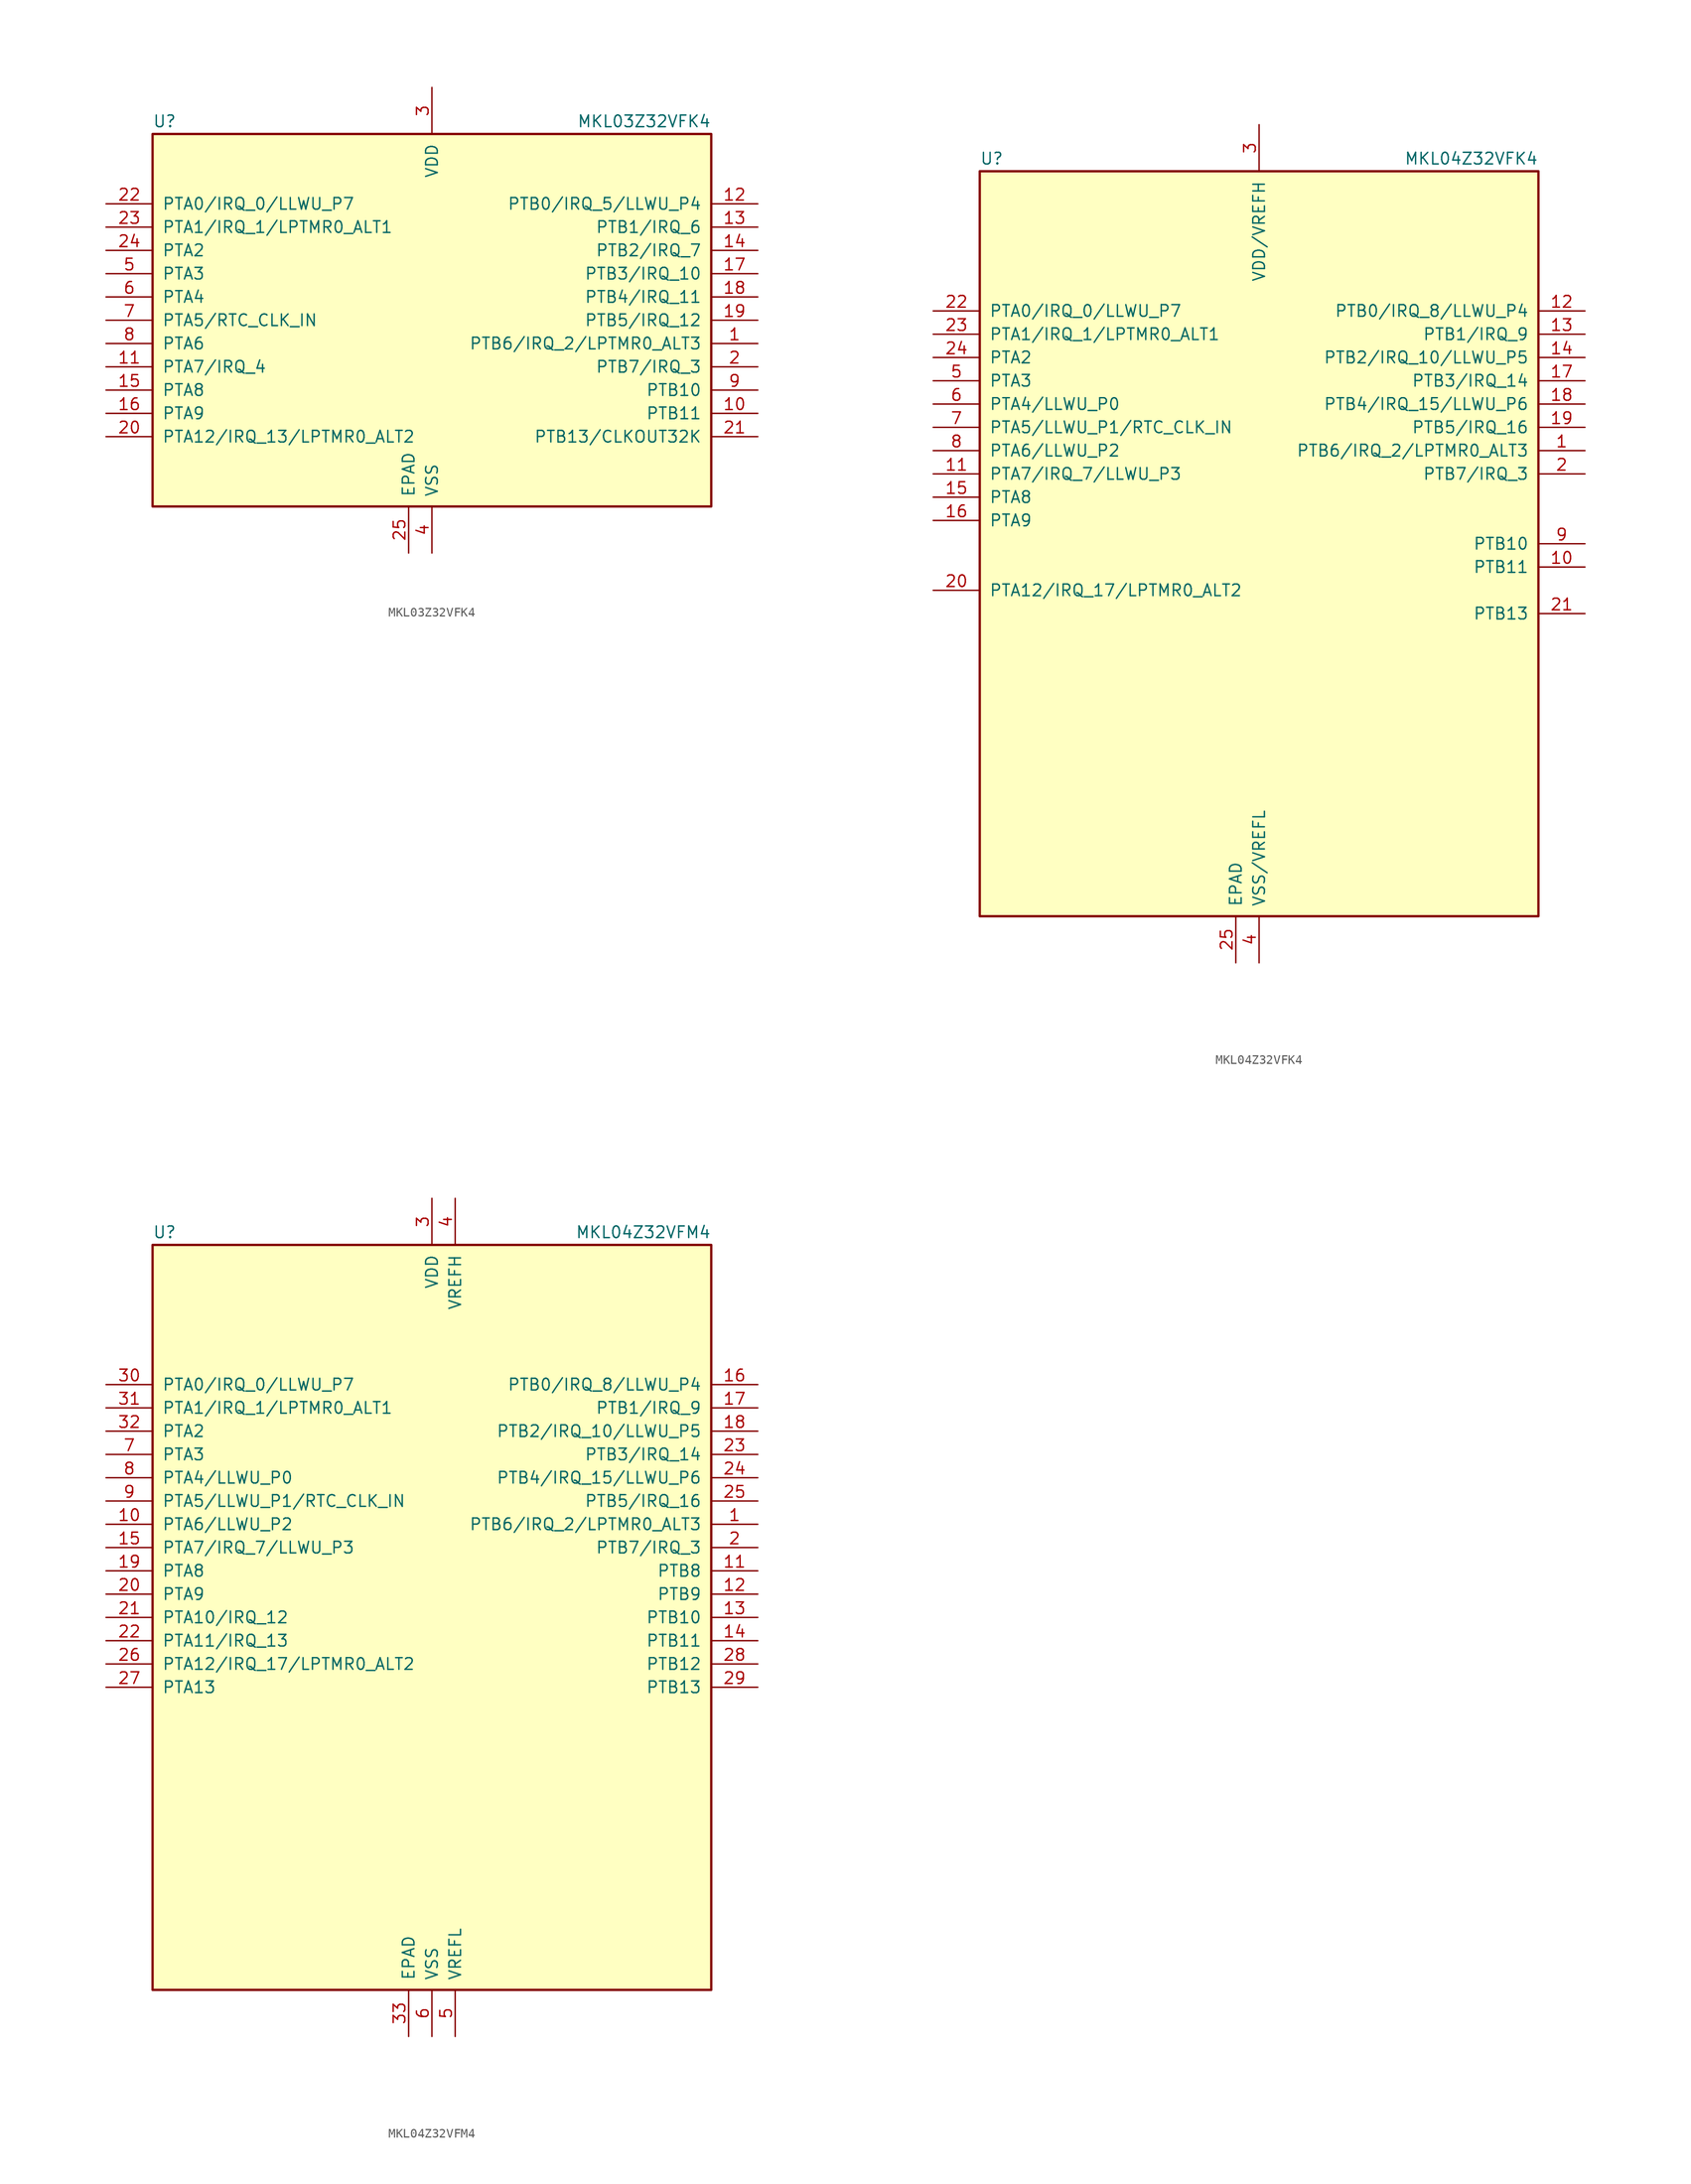
<source format=kicad_sym>
(kicad_symbol_lib
  (version 20231120)
  (generator "kicad_symbol_editor")
  (generator_version "8.0")
  (symbol "MKL03Z32VFK4"
    (pin_names
      (offset 1.016))
    (property "Reference" "U"
      (at -30.48 20.955 0)
      (effects (font (size 1.27 1.27)) (justify left bottom)))
    (property "Value" "MKL03Z32VFK4"
      (at 30.48 20.955 0)
      (effects (font (size 1.27 1.27)) (justify right bottom)))
    (symbol "MKL03Z32VFK4_0_1"
      (rectangle (start -30.48 20.32) (end 30.48 -20.32) (stroke (width 0.254) (type default)) (fill (type background))))
    (symbol "MKL03Z32VFK4_1_1"
      (pin bidirectional line (at 35.56 -2.54 180) (length 5.08) (name "PTB6/IRQ_2/LPTMR0_ALT3" (effects (font (size 1.27 1.27)))) (number "1" (effects (font (size 1.27 1.27)))))
      (pin bidirectional line (at 35.56 -10.16 180) (length 5.08) (name "PTB11" (effects (font (size 1.27 1.27)))) (number "10" (effects (font (size 1.27 1.27)))))
      (pin bidirectional line (at -35.56 -5.08 0) (length 5.08) (name "PTA7/IRQ_4" (effects (font (size 1.27 1.27)))) (number "11" (effects (font (size 1.27 1.27)))))
      (pin bidirectional line (at 35.56 12.7 180) (length 5.08) (name "PTB0/IRQ_5/LLWU_P4" (effects (font (size 1.27 1.27)))) (number "12" (effects (font (size 1.27 1.27)))))
      (pin bidirectional line (at 35.56 10.16 180) (length 5.08) (name "PTB1/IRQ_6" (effects (font (size 1.27 1.27)))) (number "13" (effects (font (size 1.27 1.27)))))
      (pin bidirectional line (at 35.56 7.62 180) (length 5.08) (name "PTB2/IRQ_7" (effects (font (size 1.27 1.27)))) (number "14" (effects (font (size 1.27 1.27)))))
      (pin bidirectional line (at -35.56 -7.62 0) (length 5.08) (name "PTA8" (effects (font (size 1.27 1.27)))) (number "15" (effects (font (size 1.27 1.27)))))
      (pin bidirectional line (at -35.56 -10.16 0) (length 5.08) (name "PTA9" (effects (font (size 1.27 1.27)))) (number "16" (effects (font (size 1.27 1.27)))))
      (pin bidirectional line (at 35.56 5.08 180) (length 5.08) (name "PTB3/IRQ_10" (effects (font (size 1.27 1.27)))) (number "17" (effects (font (size 1.27 1.27)))))
      (pin bidirectional line (at 35.56 2.54 180) (length 5.08) (name "PTB4/IRQ_11" (effects (font (size 1.27 1.27)))) (number "18" (effects (font (size 1.27 1.27)))))
      (pin bidirectional line (at 35.56 0 180) (length 5.08) (name "PTB5/IRQ_12" (effects (font (size 1.27 1.27)))) (number "19" (effects (font (size 1.27 1.27)))))
      (pin bidirectional line (at 35.56 -5.08 180) (length 5.08) (name "PTB7/IRQ_3" (effects (font (size 1.27 1.27)))) (number "2" (effects (font (size 1.27 1.27)))))
      (pin bidirectional line (at -35.56 -12.7 0) (length 5.08) (name "PTA12/IRQ_13/LPTMR0_ALT2" (effects (font (size 1.27 1.27)))) (number "20" (effects (font (size 1.27 1.27)))))
      (pin bidirectional line (at 35.56 -12.7 180) (length 5.08) (name "PTB13/CLKOUT32K" (effects (font (size 1.27 1.27)))) (number "21" (effects (font (size 1.27 1.27)))))
      (pin bidirectional line (at -35.56 12.7 0) (length 5.08) (name "PTA0/IRQ_0/LLWU_P7" (effects (font (size 1.27 1.27)))) (number "22" (effects (font (size 1.27 1.27)))))
      (pin bidirectional line (at -35.56 10.16 0) (length 5.08) (name "PTA1/IRQ_1/LPTMR0_ALT1" (effects (font (size 1.27 1.27)))) (number "23" (effects (font (size 1.27 1.27)))))
      (pin bidirectional line (at -35.56 7.62 0) (length 5.08) (name "PTA2" (effects (font (size 1.27 1.27)))) (number "24" (effects (font (size 1.27 1.27)))))
      (pin power_in line (at -2.54 -25.4 90) (length 5.08) (name "EPAD" (effects (font (size 1.27 1.27)))) (number "25" (effects (font (size 1.27 1.27)))))
      (pin power_in line (at 0 25.4 270) (length 5.08) (name "VDD" (effects (font (size 1.27 1.27)))) (number "3" (effects (font (size 1.27 1.27)))))
      (pin power_in line (at 0 -25.4 90) (length 5.08) (name "VSS" (effects (font (size 1.27 1.27)))) (number "4" (effects (font (size 1.27 1.27)))))
      (pin bidirectional line (at -35.56 5.08 0) (length 5.08) (name "PTA3" (effects (font (size 1.27 1.27)))) (number "5" (effects (font (size 1.27 1.27)))))
      (pin bidirectional line (at -35.56 2.54 0) (length 5.08) (name "PTA4" (effects (font (size 1.27 1.27)))) (number "6" (effects (font (size 1.27 1.27)))))
      (pin bidirectional line (at -35.56 0 0) (length 5.08) (name "PTA5/RTC_CLK_IN" (effects (font (size 1.27 1.27)))) (number "7" (effects (font (size 1.27 1.27)))))
      (pin bidirectional line (at -35.56 -2.54 0) (length 5.08) (name "PTA6" (effects (font (size 1.27 1.27)))) (number "8" (effects (font (size 1.27 1.27)))))
      (pin bidirectional line (at 35.56 -7.62 180) (length 5.08) (name "PTB10" (effects (font (size 1.27 1.27)))) (number "9" (effects (font (size 1.27 1.27)))))))
  (symbol "MKL04Z32VFK4"
    (pin_names
      (offset 1.016))
    (property "Reference" "U"
      (at -30.48 41.275 0)
      (effects (font (size 1.27 1.27)) (justify left bottom)))
    (property "Value" "MKL04Z32VFK4"
      (at 30.48 41.275 0)
      (effects (font (size 1.27 1.27)) (justify right bottom)))
    (symbol "MKL04Z32VFK4_0_1"
      (rectangle (start -30.48 40.64) (end 30.48 -40.64) (stroke (width 0.254) (type default)) (fill (type background))))
    (symbol "MKL04Z32VFK4_1_1"
      (pin bidirectional line (at 35.56 10.16 180) (length 5.08) (name "PTB6/IRQ_2/LPTMR0_ALT3" (effects (font (size 1.27 1.27)))) (number "1" (effects (font (size 1.27 1.27)))))
      (pin bidirectional line (at 35.56 -2.54 180) (length 5.08) (name "PTB11" (effects (font (size 1.27 1.27)))) (number "10" (effects (font (size 1.27 1.27)))))
      (pin bidirectional line (at -35.56 7.62 0) (length 5.08) (name "PTA7/IRQ_7/LLWU_P3" (effects (font (size 1.27 1.27)))) (number "11" (effects (font (size 1.27 1.27)))))
      (pin bidirectional line (at 35.56 25.4 180) (length 5.08) (name "PTB0/IRQ_8/LLWU_P4" (effects (font (size 1.27 1.27)))) (number "12" (effects (font (size 1.27 1.27)))))
      (pin bidirectional line (at 35.56 22.86 180) (length 5.08) (name "PTB1/IRQ_9" (effects (font (size 1.27 1.27)))) (number "13" (effects (font (size 1.27 1.27)))))
      (pin bidirectional line (at 35.56 20.32 180) (length 5.08) (name "PTB2/IRQ_10/LLWU_P5" (effects (font (size 1.27 1.27)))) (number "14" (effects (font (size 1.27 1.27)))))
      (pin bidirectional line (at -35.56 5.08 0) (length 5.08) (name "PTA8" (effects (font (size 1.27 1.27)))) (number "15" (effects (font (size 1.27 1.27)))))
      (pin bidirectional line (at -35.56 2.54 0) (length 5.08) (name "PTA9" (effects (font (size 1.27 1.27)))) (number "16" (effects (font (size 1.27 1.27)))))
      (pin bidirectional line (at 35.56 17.78 180) (length 5.08) (name "PTB3/IRQ_14" (effects (font (size 1.27 1.27)))) (number "17" (effects (font (size 1.27 1.27)))))
      (pin bidirectional line (at 35.56 15.24 180) (length 5.08) (name "PTB4/IRQ_15/LLWU_P6" (effects (font (size 1.27 1.27)))) (number "18" (effects (font (size 1.27 1.27)))))
      (pin bidirectional line (at 35.56 12.7 180) (length 5.08) (name "PTB5/IRQ_16" (effects (font (size 1.27 1.27)))) (number "19" (effects (font (size 1.27 1.27)))))
      (pin bidirectional line (at 35.56 7.62 180) (length 5.08) (name "PTB7/IRQ_3" (effects (font (size 1.27 1.27)))) (number "2" (effects (font (size 1.27 1.27)))))
      (pin bidirectional line (at -35.56 -5.08 0) (length 5.08) (name "PTA12/IRQ_17/LPTMR0_ALT2" (effects (font (size 1.27 1.27)))) (number "20" (effects (font (size 1.27 1.27)))))
      (pin bidirectional line (at 35.56 -7.62 180) (length 5.08) (name "PTB13" (effects (font (size 1.27 1.27)))) (number "21" (effects (font (size 1.27 1.27)))))
      (pin bidirectional line (at -35.56 25.4 0) (length 5.08) (name "PTA0/IRQ_0/LLWU_P7" (effects (font (size 1.27 1.27)))) (number "22" (effects (font (size 1.27 1.27)))))
      (pin bidirectional line (at -35.56 22.86 0) (length 5.08) (name "PTA1/IRQ_1/LPTMR0_ALT1" (effects (font (size 1.27 1.27)))) (number "23" (effects (font (size 1.27 1.27)))))
      (pin bidirectional line (at -35.56 20.32 0) (length 5.08) (name "PTA2" (effects (font (size 1.27 1.27)))) (number "24" (effects (font (size 1.27 1.27)))))
      (pin power_in line (at -2.54 -45.72 90) (length 5.08) (name "EPAD" (effects (font (size 1.27 1.27)))) (number "25" (effects (font (size 1.27 1.27)))))
      (pin power_in line (at 0 45.72 270) (length 5.08) (name "VDD/VREFH" (effects (font (size 1.27 1.27)))) (number "3" (effects (font (size 1.27 1.27)))))
      (pin power_in line (at 0 -45.72 90) (length 5.08) (name "VSS/VREFL" (effects (font (size 1.27 1.27)))) (number "4" (effects (font (size 1.27 1.27)))))
      (pin bidirectional line (at -35.56 17.78 0) (length 5.08) (name "PTA3" (effects (font (size 1.27 1.27)))) (number "5" (effects (font (size 1.27 1.27)))))
      (pin bidirectional line (at -35.56 15.24 0) (length 5.08) (name "PTA4/LLWU_P0" (effects (font (size 1.27 1.27)))) (number "6" (effects (font (size 1.27 1.27)))))
      (pin bidirectional line (at -35.56 12.7 0) (length 5.08) (name "PTA5/LLWU_P1/RTC_CLK_IN" (effects (font (size 1.27 1.27)))) (number "7" (effects (font (size 1.27 1.27)))))
      (pin bidirectional line (at -35.56 10.16 0) (length 5.08) (name "PTA6/LLWU_P2" (effects (font (size 1.27 1.27)))) (number "8" (effects (font (size 1.27 1.27)))))
      (pin bidirectional line (at 35.56 0 180) (length 5.08) (name "PTB10" (effects (font (size 1.27 1.27)))) (number "9" (effects (font (size 1.27 1.27)))))))
  (symbol "MKL04Z32VFM4"
    (pin_names
      (offset 1.016))
    (property "Reference" "U"
      (at -30.48 41.275 0)
      (effects (font (size 1.27 1.27)) (justify left bottom)))
    (property "Value" "MKL04Z32VFM4"
      (at 30.48 41.275 0)
      (effects (font (size 1.27 1.27)) (justify right bottom)))
    (symbol "MKL04Z32VFM4_0_1"
      (rectangle (start -30.48 40.64) (end 30.48 -40.64) (stroke (width 0.254) (type default)) (fill (type background))))
    (symbol "MKL04Z32VFM4_1_1"
      (pin bidirectional line (at 35.56 10.16 180) (length 5.08) (name "PTB6/IRQ_2/LPTMR0_ALT3" (effects (font (size 1.27 1.27)))) (number "1" (effects (font (size 1.27 1.27)))))
      (pin bidirectional line (at -35.56 10.16 0) (length 5.08) (name "PTA6/LLWU_P2" (effects (font (size 1.27 1.27)))) (number "10" (effects (font (size 1.27 1.27)))))
      (pin bidirectional line (at 35.56 5.08 180) (length 5.08) (name "PTB8" (effects (font (size 1.27 1.27)))) (number "11" (effects (font (size 1.27 1.27)))))
      (pin bidirectional line (at 35.56 2.54 180) (length 5.08) (name "PTB9" (effects (font (size 1.27 1.27)))) (number "12" (effects (font (size 1.27 1.27)))))
      (pin bidirectional line (at 35.56 0 180) (length 5.08) (name "PTB10" (effects (font (size 1.27 1.27)))) (number "13" (effects (font (size 1.27 1.27)))))
      (pin bidirectional line (at 35.56 -2.54 180) (length 5.08) (name "PTB11" (effects (font (size 1.27 1.27)))) (number "14" (effects (font (size 1.27 1.27)))))
      (pin bidirectional line (at -35.56 7.62 0) (length 5.08) (name "PTA7/IRQ_7/LLWU_P3" (effects (font (size 1.27 1.27)))) (number "15" (effects (font (size 1.27 1.27)))))
      (pin bidirectional line (at 35.56 25.4 180) (length 5.08) (name "PTB0/IRQ_8/LLWU_P4" (effects (font (size 1.27 1.27)))) (number "16" (effects (font (size 1.27 1.27)))))
      (pin bidirectional line (at 35.56 22.86 180) (length 5.08) (name "PTB1/IRQ_9" (effects (font (size 1.27 1.27)))) (number "17" (effects (font (size 1.27 1.27)))))
      (pin bidirectional line (at 35.56 20.32 180) (length 5.08) (name "PTB2/IRQ_10/LLWU_P5" (effects (font (size 1.27 1.27)))) (number "18" (effects (font (size 1.27 1.27)))))
      (pin bidirectional line (at -35.56 5.08 0) (length 5.08) (name "PTA8" (effects (font (size 1.27 1.27)))) (number "19" (effects (font (size 1.27 1.27)))))
      (pin bidirectional line (at 35.56 7.62 180) (length 5.08) (name "PTB7/IRQ_3" (effects (font (size 1.27 1.27)))) (number "2" (effects (font (size 1.27 1.27)))))
      (pin bidirectional line (at -35.56 2.54 0) (length 5.08) (name "PTA9" (effects (font (size 1.27 1.27)))) (number "20" (effects (font (size 1.27 1.27)))))
      (pin bidirectional line (at -35.56 0 0) (length 5.08) (name "PTA10/IRQ_12" (effects (font (size 1.27 1.27)))) (number "21" (effects (font (size 1.27 1.27)))))
      (pin bidirectional line (at -35.56 -2.54 0) (length 5.08) (name "PTA11/IRQ_13" (effects (font (size 1.27 1.27)))) (number "22" (effects (font (size 1.27 1.27)))))
      (pin bidirectional line (at 35.56 17.78 180) (length 5.08) (name "PTB3/IRQ_14" (effects (font (size 1.27 1.27)))) (number "23" (effects (font (size 1.27 1.27)))))
      (pin bidirectional line (at 35.56 15.24 180) (length 5.08) (name "PTB4/IRQ_15/LLWU_P6" (effects (font (size 1.27 1.27)))) (number "24" (effects (font (size 1.27 1.27)))))
      (pin bidirectional line (at 35.56 12.7 180) (length 5.08) (name "PTB5/IRQ_16" (effects (font (size 1.27 1.27)))) (number "25" (effects (font (size 1.27 1.27)))))
      (pin bidirectional line (at -35.56 -5.08 0) (length 5.08) (name "PTA12/IRQ_17/LPTMR0_ALT2" (effects (font (size 1.27 1.27)))) (number "26" (effects (font (size 1.27 1.27)))))
      (pin bidirectional line (at -35.56 -7.62 0) (length 5.08) (name "PTA13" (effects (font (size 1.27 1.27)))) (number "27" (effects (font (size 1.27 1.27)))))
      (pin bidirectional line (at 35.56 -5.08 180) (length 5.08) (name "PTB12" (effects (font (size 1.27 1.27)))) (number "28" (effects (font (size 1.27 1.27)))))
      (pin bidirectional line (at 35.56 -7.62 180) (length 5.08) (name "PTB13" (effects (font (size 1.27 1.27)))) (number "29" (effects (font (size 1.27 1.27)))))
      (pin power_in line (at 0 45.72 270) (length 5.08) (name "VDD" (effects (font (size 1.27 1.27)))) (number "3" (effects (font (size 1.27 1.27)))))
      (pin bidirectional line (at -35.56 25.4 0) (length 5.08) (name "PTA0/IRQ_0/LLWU_P7" (effects (font (size 1.27 1.27)))) (number "30" (effects (font (size 1.27 1.27)))))
      (pin bidirectional line (at -35.56 22.86 0) (length 5.08) (name "PTA1/IRQ_1/LPTMR0_ALT1" (effects (font (size 1.27 1.27)))) (number "31" (effects (font (size 1.27 1.27)))))
      (pin bidirectional line (at -35.56 20.32 0) (length 5.08) (name "PTA2" (effects (font (size 1.27 1.27)))) (number "32" (effects (font (size 1.27 1.27)))))
      (pin power_in line (at -2.54 -45.72 90) (length 5.08) (name "EPAD" (effects (font (size 1.27 1.27)))) (number "33" (effects (font (size 1.27 1.27)))))
      (pin power_in line (at 2.54 45.72 270) (length 5.08) (name "VREFH" (effects (font (size 1.27 1.27)))) (number "4" (effects (font (size 1.27 1.27)))))
      (pin power_in line (at 2.54 -45.72 90) (length 5.08) (name "VREFL" (effects (font (size 1.27 1.27)))) (number "5" (effects (font (size 1.27 1.27)))))
      (pin power_in line (at 0 -45.72 90) (length 5.08) (name "VSS" (effects (font (size 1.27 1.27)))) (number "6" (effects (font (size 1.27 1.27)))))
      (pin bidirectional line (at -35.56 17.78 0) (length 5.08) (name "PTA3" (effects (font (size 1.27 1.27)))) (number "7" (effects (font (size 1.27 1.27)))))
      (pin bidirectional line (at -35.56 15.24 0) (length 5.08) (name "PTA4/LLWU_P0" (effects (font (size 1.27 1.27)))) (number "8" (effects (font (size 1.27 1.27)))))
      (pin bidirectional line (at -35.56 12.7 0) (length 5.08) (name "PTA5/LLWU_P1/RTC_CLK_IN" (effects (font (size 1.27 1.27)))) (number "9" (effects (font (size 1.27 1.27))))))))
</source>
